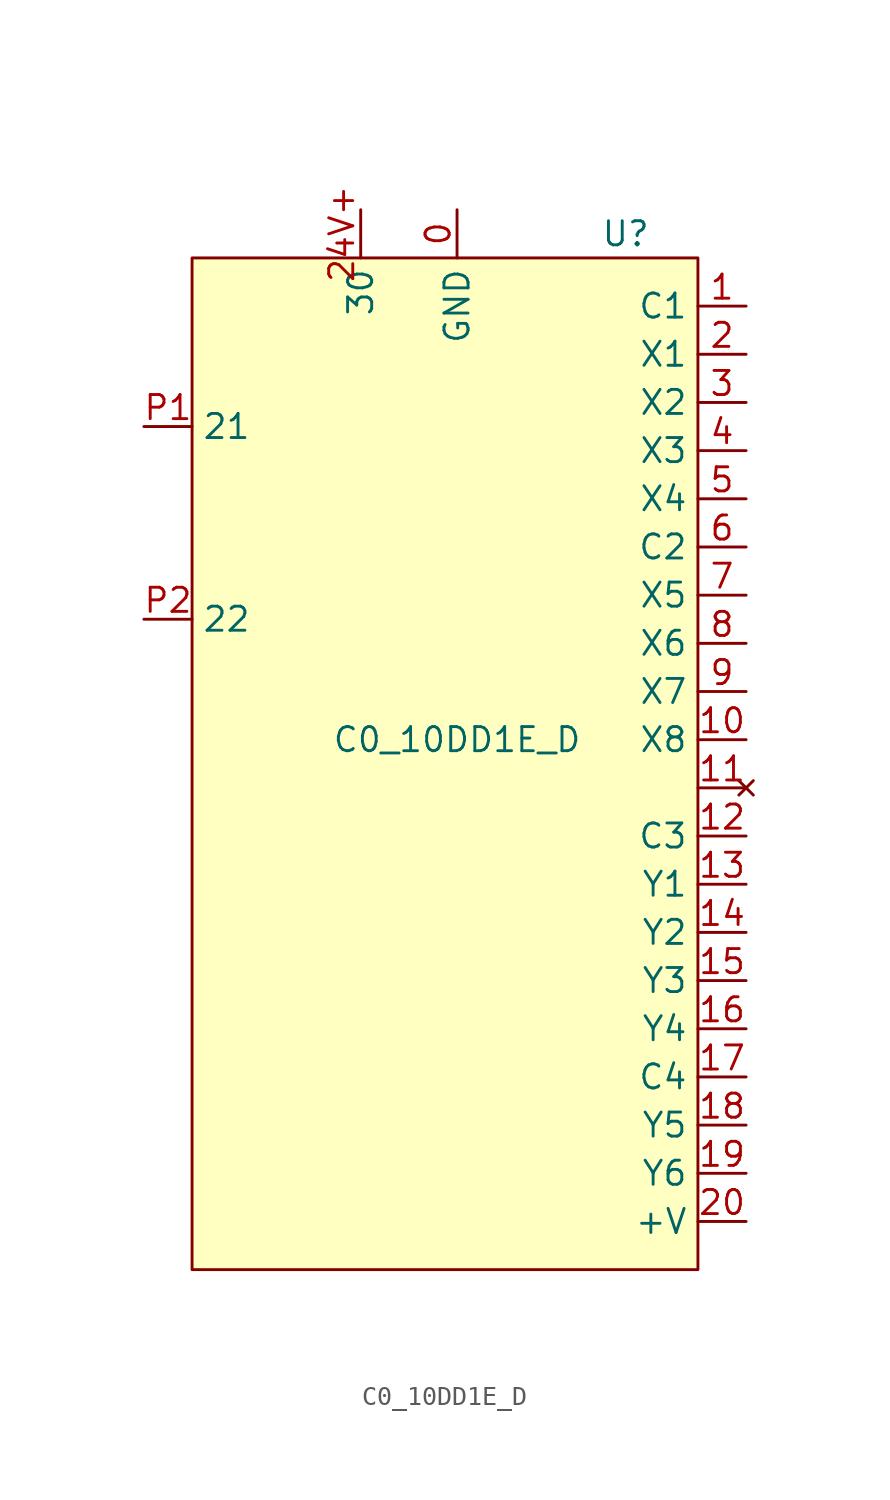
<source format=kicad_sym>
(kicad_symbol_lib
  (version 20211014)
  (generator kicad_symbol_editor)
  (symbol "C0_10DD1E_D"
    (property "Reference" "U"
      (at 8.89 25.4 0)
      (effects (font (size 1.27 1.27))))
    (property "Value" "C0_10DD1E_D"
      (at 0 -1.27 0)
      (effects (font (size 1.27 1.27))))
    (symbol "C0_10DD1E_D_0_0"
      (rectangle (start -13.97 24.13) (end 12.7 -29.21) (stroke (width 0) (type default) (color 0 0 0 0)) (fill (type background)))
      (pin input line (at 15.24 21.59 180) (length 2.54) (name "C1" (effects (font (size 1.27 1.27)))) (number "1" (effects (font (size 1.27 1.27)))))
      (pin input line (at 15.24 -1.27 180) (length 2.54) (name "X8" (effects (font (size 1.27 1.27)))) (number "10" (effects (font (size 1.27 1.27)))))
      (pin no_connect line (at 15.24 -3.81 180) (length 2.54) (name "" (effects (font (size 1.27 1.27)))) (number "11" (effects (font (size 1.27 1.27)))))
      (pin input line (at 15.24 -6.35 180) (length 2.54) (name "C3" (effects (font (size 1.27 1.27)))) (number "12" (effects (font (size 1.27 1.27)))))
      (pin output line (at 15.24 -8.89 180) (length 2.54) (name "Y1" (effects (font (size 1.27 1.27)))) (number "13" (effects (font (size 1.27 1.27)))))
      (pin output line (at 15.24 -11.43 180) (length 2.54) (name "Y2" (effects (font (size 1.27 1.27)))) (number "14" (effects (font (size 1.27 1.27)))))
      (pin output line (at 15.24 -13.97 180) (length 2.54) (name "Y3" (effects (font (size 1.27 1.27)))) (number "15" (effects (font (size 1.27 1.27)))))
      (pin output line (at 15.24 -16.51 180) (length 2.54) (name "Y4" (effects (font (size 1.27 1.27)))) (number "16" (effects (font (size 1.27 1.27)))))
      (pin input line (at 15.24 -19.05 180) (length 2.54) (name "C4" (effects (font (size 1.27 1.27)))) (number "17" (effects (font (size 1.27 1.27)))))
      (pin output line (at 15.24 -21.59 180) (length 2.54) (name "Y5" (effects (font (size 1.27 1.27)))) (number "18" (effects (font (size 1.27 1.27)))))
      (pin output line (at 15.24 -24.13 180) (length 2.54) (name "Y6" (effects (font (size 1.27 1.27)))) (number "19" (effects (font (size 1.27 1.27)))))
      (pin input line (at 15.24 19.05 180) (length 2.54) (name "X1" (effects (font (size 1.27 1.27)))) (number "2" (effects (font (size 1.27 1.27)))))
      (pin input line (at 15.24 -26.67 180) (length 2.54) (name "+V" (effects (font (size 1.27 1.27)))) (number "20" (effects (font (size 1.27 1.27)))))
      (pin input line (at 15.24 16.51 180) (length 2.54) (name "X2" (effects (font (size 1.27 1.27)))) (number "3" (effects (font (size 1.27 1.27)))))
      (pin input line (at 15.24 13.97 180) (length 2.54) (name "X3" (effects (font (size 1.27 1.27)))) (number "4" (effects (font (size 1.27 1.27)))))
      (pin input line (at 15.24 11.43 180) (length 2.54) (name "X4" (effects (font (size 1.27 1.27)))) (number "5" (effects (font (size 1.27 1.27)))))
      (pin input line (at 15.24 8.89 180) (length 2.54) (name "C2" (effects (font (size 1.27 1.27)))) (number "6" (effects (font (size 1.27 1.27)))))
      (pin input line (at 15.24 6.35 180) (length 2.54) (name "X5" (effects (font (size 1.27 1.27)))) (number "7" (effects (font (size 1.27 1.27)))))
      (pin input line (at 15.24 3.81 180) (length 2.54) (name "X6" (effects (font (size 1.27 1.27)))) (number "8" (effects (font (size 1.27 1.27)))))
      (pin input line (at 15.24 1.27 180) (length 2.54) (name "X7" (effects (font (size 1.27 1.27)))) (number "9" (effects (font (size 1.27 1.27))))))
    (symbol "C0_10DD1E_D_1_1"
      (pin input line (at 0 26.67 270) (length 2.54) (name "GND" (effects (font (size 1.27 1.27)))) (number "0" (effects (font (size 1.27 1.27)))))
      (pin input line (at -5.08 26.67 270) (length 2.54) (name "30" (effects (font (size 1.27 1.27)))) (number "24V+" (effects (font (size 1.27 1.27)))))
      (pin input line (at -16.51 15.24 0) (length 2.54) (name "21" (effects (font (size 1.27 1.27)))) (number "P1" (effects (font (size 1.27 1.27)))))
      (pin input line (at -16.51 5.08 0) (length 2.54) (name "22" (effects (font (size 1.27 1.27)))) (number "P2" (effects (font (size 1.27 1.27))))))))
</source>
